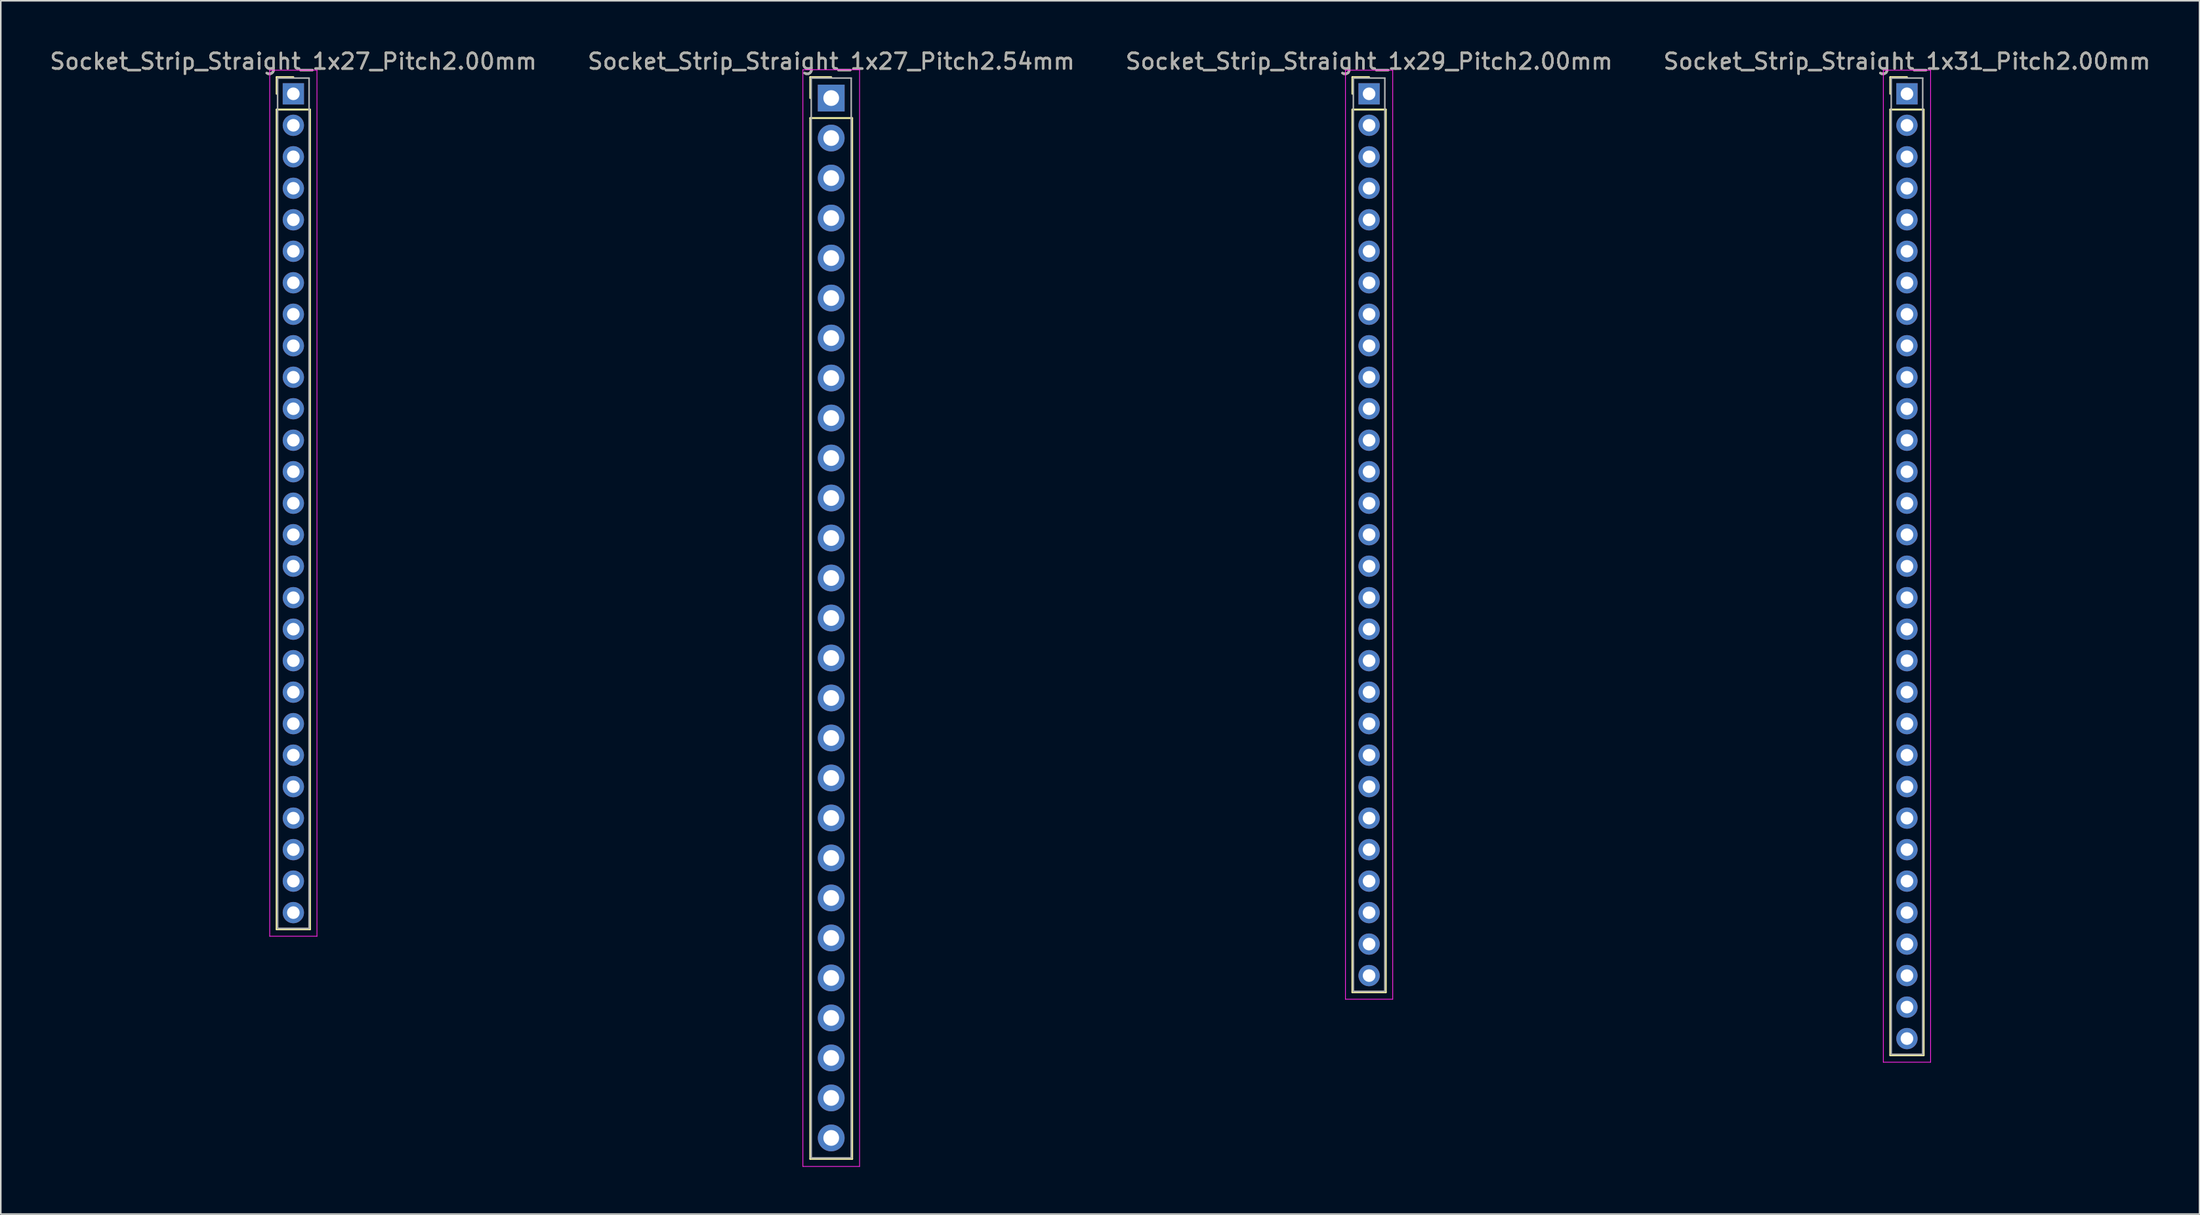
<source format=kicad_pcb>
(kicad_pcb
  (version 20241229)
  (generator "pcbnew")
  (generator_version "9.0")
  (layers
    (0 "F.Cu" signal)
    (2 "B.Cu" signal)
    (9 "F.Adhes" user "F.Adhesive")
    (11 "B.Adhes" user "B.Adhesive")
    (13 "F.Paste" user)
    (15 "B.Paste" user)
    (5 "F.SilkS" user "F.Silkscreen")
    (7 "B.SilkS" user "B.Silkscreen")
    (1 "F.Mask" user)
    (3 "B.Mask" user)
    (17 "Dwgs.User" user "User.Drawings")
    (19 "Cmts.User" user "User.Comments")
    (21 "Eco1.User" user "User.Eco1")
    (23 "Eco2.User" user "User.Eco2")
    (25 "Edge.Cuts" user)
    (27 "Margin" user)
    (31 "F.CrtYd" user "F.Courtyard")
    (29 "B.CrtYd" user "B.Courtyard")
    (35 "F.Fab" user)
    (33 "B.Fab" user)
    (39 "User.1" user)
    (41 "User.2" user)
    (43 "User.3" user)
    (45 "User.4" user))
  (footprint "Socket_Strip_Straight_1x27_Pitch2.00mm"
    (layer "F.Cu")
    (at 15.577 2.908)
    (property "Reference" "Socket_Strip_Straight_1x27_Pitch2.00mm" (at 0 -2.06 0) (layer "F.SilkS") (effects (font (size 1 1) (thickness 0.15))))
    (attr through_hole)
    (fp_line (start -1.06 -1.06) (end 0 -1.06) (stroke (width 0.12) (type solid)) (layer "F.SilkS"))
    (fp_line (start -1.06 0) (end -1.06 -1.06) (stroke (width 0.12) (type solid)) (layer "F.SilkS"))
    (fp_line (start -1.06 1) (end -1.06 53.06) (stroke (width 0.12) (type solid)) (layer "F.SilkS"))
    (fp_line (start -1.06 53.06) (end 1.06 53.06) (stroke (width 0.12) (type solid)) (layer "F.SilkS"))
    (fp_line (start 1.06 1) (end -1.06 1) (stroke (width 0.12) (type solid)) (layer "F.SilkS"))
    (fp_line (start 1.06 53.06) (end 1.06 1) (stroke (width 0.12) (type solid)) (layer "F.SilkS"))
    (fp_line (start -1.5 -1.5) (end -1.5 53.5) (stroke (width 0.05) (type solid)) (layer "F.CrtYd"))
    (fp_line (start -1.5 53.5) (end 1.5 53.5) (stroke (width 0.05) (type solid)) (layer "F.CrtYd"))
    (fp_line (start 1.5 -1.5) (end -1.5 -1.5) (stroke (width 0.05) (type solid)) (layer "F.CrtYd"))
    (fp_line (start 1.5 53.5) (end 1.5 -1.5) (stroke (width 0.05) (type solid)) (layer "F.CrtYd"))
    (fp_line (start -1 -1) (end -1 53) (stroke (width 0.1) (type solid)) (layer "F.Fab"))
    (fp_line (start -1 53) (end 1 53) (stroke (width 0.1) (type solid)) (layer "F.Fab"))
    (fp_line (start 1 -1) (end -1 -1) (stroke (width 0.1) (type solid)) (layer "F.Fab"))
    (fp_line (start 1 53) (end 1 -1) (stroke (width 0.1) (type solid)) (layer "F.Fab"))
    (fp_text user "${REFERENCE}" (at 0 -2.06 0) (layer "F.Fab") (effects (font (size 1 1) (thickness 0.15))))
    (pad "1" thru_hole rect (at 0 0) (size 1.35 1.35) (drill 0.8) (layers "*.Cu" "*.Mask"))
    (pad "2" thru_hole oval (at 0 2) (size 1.35 1.35) (drill 0.8) (layers "*.Cu" "*.Mask"))
    (pad "3" thru_hole oval (at 0 4) (size 1.35 1.35) (drill 0.8) (layers "*.Cu" "*.Mask"))
    (pad "4" thru_hole oval (at 0 6) (size 1.35 1.35) (drill 0.8) (layers "*.Cu" "*.Mask"))
    (pad "5" thru_hole oval (at 0 8) (size 1.35 1.35) (drill 0.8) (layers "*.Cu" "*.Mask"))
    (pad "6" thru_hole oval (at 0 10) (size 1.35 1.35) (drill 0.8) (layers "*.Cu" "*.Mask"))
    (pad "7" thru_hole oval (at 0 12) (size 1.35 1.35) (drill 0.8) (layers "*.Cu" "*.Mask"))
    (pad "8" thru_hole oval (at 0 14) (size 1.35 1.35) (drill 0.8) (layers "*.Cu" "*.Mask"))
    (pad "9" thru_hole oval (at 0 16) (size 1.35 1.35) (drill 0.8) (layers "*.Cu" "*.Mask"))
    (pad "10" thru_hole oval (at 0 18) (size 1.35 1.35) (drill 0.8) (layers "*.Cu" "*.Mask"))
    (pad "11" thru_hole oval (at 0 20) (size 1.35 1.35) (drill 0.8) (layers "*.Cu" "*.Mask"))
    (pad "12" thru_hole oval (at 0 22) (size 1.35 1.35) (drill 0.8) (layers "*.Cu" "*.Mask"))
    (pad "13" thru_hole oval (at 0 24) (size 1.35 1.35) (drill 0.8) (layers "*.Cu" "*.Mask"))
    (pad "14" thru_hole oval (at 0 26) (size 1.35 1.35) (drill 0.8) (layers "*.Cu" "*.Mask"))
    (pad "15" thru_hole oval (at 0 28) (size 1.35 1.35) (drill 0.8) (layers "*.Cu" "*.Mask"))
    (pad "16" thru_hole oval (at 0 30) (size 1.35 1.35) (drill 0.8) (layers "*.Cu" "*.Mask"))
    (pad "17" thru_hole oval (at 0 32) (size 1.35 1.35) (drill 0.8) (layers "*.Cu" "*.Mask"))
    (pad "18" thru_hole oval (at 0 34) (size 1.35 1.35) (drill 0.8) (layers "*.Cu" "*.Mask"))
    (pad "19" thru_hole oval (at 0 36) (size 1.35 1.35) (drill 0.8) (layers "*.Cu" "*.Mask"))
    (pad "20" thru_hole oval (at 0 38) (size 1.35 1.35) (drill 0.8) (layers "*.Cu" "*.Mask"))
    (pad "21" thru_hole oval (at 0 40) (size 1.35 1.35) (drill 0.8) (layers "*.Cu" "*.Mask"))
    (pad "22" thru_hole oval (at 0 42) (size 1.35 1.35) (drill 0.8) (layers "*.Cu" "*.Mask"))
    (pad "23" thru_hole oval (at 0 44) (size 1.35 1.35) (drill 0.8) (layers "*.Cu" "*.Mask"))
    (pad "24" thru_hole oval (at 0 46) (size 1.35 1.35) (drill 0.8) (layers "*.Cu" "*.Mask"))
    (pad "25" thru_hole oval (at 0 48) (size 1.35 1.35) (drill 0.8) (layers "*.Cu" "*.Mask"))
    (pad "26" thru_hole oval (at 0 50) (size 1.35 1.35) (drill 0.8) (layers "*.Cu" "*.Mask"))
    (pad "27" thru_hole oval (at 0 52) (size 1.35 1.35) (drill 0.8) (layers "*.Cu" "*.Mask")))
  (footprint "Socket_Strip_Straight_1x31_Pitch2.00mm"
    (layer "F.Cu")
    (at 118.042 2.908)
    (property "Reference" "Socket_Strip_Straight_1x31_Pitch2.00mm" (at 0 -2.06 0) (layer "F.SilkS") (effects (font (size 1 1) (thickness 0.15))))
    (attr through_hole)
    (fp_line (start -1.06 -1.06) (end 0 -1.06) (stroke (width 0.12) (type solid)) (layer "F.SilkS"))
    (fp_line (start -1.06 0) (end -1.06 -1.06) (stroke (width 0.12) (type solid)) (layer "F.SilkS"))
    (fp_line (start -1.06 1) (end -1.06 61.06) (stroke (width 0.12) (type solid)) (layer "F.SilkS"))
    (fp_line (start -1.06 61.06) (end 1.06 61.06) (stroke (width 0.12) (type solid)) (layer "F.SilkS"))
    (fp_line (start 1.06 1) (end -1.06 1) (stroke (width 0.12) (type solid)) (layer "F.SilkS"))
    (fp_line (start 1.06 61.06) (end 1.06 1) (stroke (width 0.12) (type solid)) (layer "F.SilkS"))
    (fp_line (start -1.5 -1.5) (end -1.5 61.5) (stroke (width 0.05) (type solid)) (layer "F.CrtYd"))
    (fp_line (start -1.5 61.5) (end 1.5 61.5) (stroke (width 0.05) (type solid)) (layer "F.CrtYd"))
    (fp_line (start 1.5 -1.5) (end -1.5 -1.5) (stroke (width 0.05) (type solid)) (layer "F.CrtYd"))
    (fp_line (start 1.5 61.5) (end 1.5 -1.5) (stroke (width 0.05) (type solid)) (layer "F.CrtYd"))
    (fp_line (start -1 -1) (end -1 61) (stroke (width 0.1) (type solid)) (layer "F.Fab"))
    (fp_line (start -1 61) (end 1 61) (stroke (width 0.1) (type solid)) (layer "F.Fab"))
    (fp_line (start 1 -1) (end -1 -1) (stroke (width 0.1) (type solid)) (layer "F.Fab"))
    (fp_line (start 1 61) (end 1 -1) (stroke (width 0.1) (type solid)) (layer "F.Fab"))
    (fp_text user "${REFERENCE}" (at 0 -2.06 0) (layer "F.Fab") (effects (font (size 1 1) (thickness 0.15))))
    (pad "1" thru_hole rect (at 0 0) (size 1.35 1.35) (drill 0.8) (layers "*.Cu" "*.Mask"))
    (pad "2" thru_hole oval (at 0 2) (size 1.35 1.35) (drill 0.8) (layers "*.Cu" "*.Mask"))
    (pad "3" thru_hole oval (at 0 4) (size 1.35 1.35) (drill 0.8) (layers "*.Cu" "*.Mask"))
    (pad "4" thru_hole oval (at 0 6) (size 1.35 1.35) (drill 0.8) (layers "*.Cu" "*.Mask"))
    (pad "5" thru_hole oval (at 0 8) (size 1.35 1.35) (drill 0.8) (layers "*.Cu" "*.Mask"))
    (pad "6" thru_hole oval (at 0 10) (size 1.35 1.35) (drill 0.8) (layers "*.Cu" "*.Mask"))
    (pad "7" thru_hole oval (at 0 12) (size 1.35 1.35) (drill 0.8) (layers "*.Cu" "*.Mask"))
    (pad "8" thru_hole oval (at 0 14) (size 1.35 1.35) (drill 0.8) (layers "*.Cu" "*.Mask"))
    (pad "9" thru_hole oval (at 0 16) (size 1.35 1.35) (drill 0.8) (layers "*.Cu" "*.Mask"))
    (pad "10" thru_hole oval (at 0 18) (size 1.35 1.35) (drill 0.8) (layers "*.Cu" "*.Mask"))
    (pad "11" thru_hole oval (at 0 20) (size 1.35 1.35) (drill 0.8) (layers "*.Cu" "*.Mask"))
    (pad "12" thru_hole oval (at 0 22) (size 1.35 1.35) (drill 0.8) (layers "*.Cu" "*.Mask"))
    (pad "13" thru_hole oval (at 0 24) (size 1.35 1.35) (drill 0.8) (layers "*.Cu" "*.Mask"))
    (pad "14" thru_hole oval (at 0 26) (size 1.35 1.35) (drill 0.8) (layers "*.Cu" "*.Mask"))
    (pad "15" thru_hole oval (at 0 28) (size 1.35 1.35) (drill 0.8) (layers "*.Cu" "*.Mask"))
    (pad "16" thru_hole oval (at 0 30) (size 1.35 1.35) (drill 0.8) (layers "*.Cu" "*.Mask"))
    (pad "17" thru_hole oval (at 0 32) (size 1.35 1.35) (drill 0.8) (layers "*.Cu" "*.Mask"))
    (pad "18" thru_hole oval (at 0 34) (size 1.35 1.35) (drill 0.8) (layers "*.Cu" "*.Mask"))
    (pad "19" thru_hole oval (at 0 36) (size 1.35 1.35) (drill 0.8) (layers "*.Cu" "*.Mask"))
    (pad "20" thru_hole oval (at 0 38) (size 1.35 1.35) (drill 0.8) (layers "*.Cu" "*.Mask"))
    (pad "21" thru_hole oval (at 0 40) (size 1.35 1.35) (drill 0.8) (layers "*.Cu" "*.Mask"))
    (pad "22" thru_hole oval (at 0 42) (size 1.35 1.35) (drill 0.8) (layers "*.Cu" "*.Mask"))
    (pad "23" thru_hole oval (at 0 44) (size 1.35 1.35) (drill 0.8) (layers "*.Cu" "*.Mask"))
    (pad "24" thru_hole oval (at 0 46) (size 1.35 1.35) (drill 0.8) (layers "*.Cu" "*.Mask"))
    (pad "25" thru_hole oval (at 0 48) (size 1.35 1.35) (drill 0.8) (layers "*.Cu" "*.Mask"))
    (pad "26" thru_hole oval (at 0 50) (size 1.35 1.35) (drill 0.8) (layers "*.Cu" "*.Mask"))
    (pad "27" thru_hole oval (at 0 52) (size 1.35 1.35) (drill 0.8) (layers "*.Cu" "*.Mask"))
    (pad "28" thru_hole oval (at 0 54) (size 1.35 1.35) (drill 0.8) (layers "*.Cu" "*.Mask"))
    (pad "29" thru_hole oval (at 0 56) (size 1.35 1.35) (drill 0.8) (layers "*.Cu" "*.Mask"))
    (pad "30" thru_hole oval (at 0 58) (size 1.35 1.35) (drill 0.8) (layers "*.Cu" "*.Mask"))
    (pad "31" thru_hole oval (at 0 60) (size 1.35 1.35) (drill 0.8) (layers "*.Cu" "*.Mask")))
  (footprint "Socket_Strip_Straight_1x29_Pitch2.00mm"
    (layer "F.Cu")
    (at 83.887 2.908)
    (property "Reference" "Socket_Strip_Straight_1x29_Pitch2.00mm" (at 0 -2.06 0) (layer "F.SilkS") (effects (font (size 1 1) (thickness 0.15))))
    (attr through_hole)
    (fp_line (start -1.06 -1.06) (end 0 -1.06) (stroke (width 0.12) (type solid)) (layer "F.SilkS"))
    (fp_line (start -1.06 0) (end -1.06 -1.06) (stroke (width 0.12) (type solid)) (layer "F.SilkS"))
    (fp_line (start -1.06 1) (end -1.06 57.06) (stroke (width 0.12) (type solid)) (layer "F.SilkS"))
    (fp_line (start -1.06 57.06) (end 1.06 57.06) (stroke (width 0.12) (type solid)) (layer "F.SilkS"))
    (fp_line (start 1.06 1) (end -1.06 1) (stroke (width 0.12) (type solid)) (layer "F.SilkS"))
    (fp_line (start 1.06 57.06) (end 1.06 1) (stroke (width 0.12) (type solid)) (layer "F.SilkS"))
    (fp_line (start -1.5 -1.5) (end -1.5 57.5) (stroke (width 0.05) (type solid)) (layer "F.CrtYd"))
    (fp_line (start -1.5 57.5) (end 1.5 57.5) (stroke (width 0.05) (type solid)) (layer "F.CrtYd"))
    (fp_line (start 1.5 -1.5) (end -1.5 -1.5) (stroke (width 0.05) (type solid)) (layer "F.CrtYd"))
    (fp_line (start 1.5 57.5) (end 1.5 -1.5) (stroke (width 0.05) (type solid)) (layer "F.CrtYd"))
    (fp_line (start -1 -1) (end -1 57) (stroke (width 0.1) (type solid)) (layer "F.Fab"))
    (fp_line (start -1 57) (end 1 57) (stroke (width 0.1) (type solid)) (layer "F.Fab"))
    (fp_line (start 1 -1) (end -1 -1) (stroke (width 0.1) (type solid)) (layer "F.Fab"))
    (fp_line (start 1 57) (end 1 -1) (stroke (width 0.1) (type solid)) (layer "F.Fab"))
    (fp_text user "${REFERENCE}" (at 0 -2.06 0) (layer "F.Fab") (effects (font (size 1 1) (thickness 0.15))))
    (pad "1" thru_hole rect (at 0 0) (size 1.35 1.35) (drill 0.8) (layers "*.Cu" "*.Mask"))
    (pad "2" thru_hole oval (at 0 2) (size 1.35 1.35) (drill 0.8) (layers "*.Cu" "*.Mask"))
    (pad "3" thru_hole oval (at 0 4) (size 1.35 1.35) (drill 0.8) (layers "*.Cu" "*.Mask"))
    (pad "4" thru_hole oval (at 0 6) (size 1.35 1.35) (drill 0.8) (layers "*.Cu" "*.Mask"))
    (pad "5" thru_hole oval (at 0 8) (size 1.35 1.35) (drill 0.8) (layers "*.Cu" "*.Mask"))
    (pad "6" thru_hole oval (at 0 10) (size 1.35 1.35) (drill 0.8) (layers "*.Cu" "*.Mask"))
    (pad "7" thru_hole oval (at 0 12) (size 1.35 1.35) (drill 0.8) (layers "*.Cu" "*.Mask"))
    (pad "8" thru_hole oval (at 0 14) (size 1.35 1.35) (drill 0.8) (layers "*.Cu" "*.Mask"))
    (pad "9" thru_hole oval (at 0 16) (size 1.35 1.35) (drill 0.8) (layers "*.Cu" "*.Mask"))
    (pad "10" thru_hole oval (at 0 18) (size 1.35 1.35) (drill 0.8) (layers "*.Cu" "*.Mask"))
    (pad "11" thru_hole oval (at 0 20) (size 1.35 1.35) (drill 0.8) (layers "*.Cu" "*.Mask"))
    (pad "12" thru_hole oval (at 0 22) (size 1.35 1.35) (drill 0.8) (layers "*.Cu" "*.Mask"))
    (pad "13" thru_hole oval (at 0 24) (size 1.35 1.35) (drill 0.8) (layers "*.Cu" "*.Mask"))
    (pad "14" thru_hole oval (at 0 26) (size 1.35 1.35) (drill 0.8) (layers "*.Cu" "*.Mask"))
    (pad "15" thru_hole oval (at 0 28) (size 1.35 1.35) (drill 0.8) (layers "*.Cu" "*.Mask"))
    (pad "16" thru_hole oval (at 0 30) (size 1.35 1.35) (drill 0.8) (layers "*.Cu" "*.Mask"))
    (pad "17" thru_hole oval (at 0 32) (size 1.35 1.35) (drill 0.8) (layers "*.Cu" "*.Mask"))
    (pad "18" thru_hole oval (at 0 34) (size 1.35 1.35) (drill 0.8) (layers "*.Cu" "*.Mask"))
    (pad "19" thru_hole oval (at 0 36) (size 1.35 1.35) (drill 0.8) (layers "*.Cu" "*.Mask"))
    (pad "20" thru_hole oval (at 0 38) (size 1.35 1.35) (drill 0.8) (layers "*.Cu" "*.Mask"))
    (pad "21" thru_hole oval (at 0 40) (size 1.35 1.35) (drill 0.8) (layers "*.Cu" "*.Mask"))
    (pad "22" thru_hole oval (at 0 42) (size 1.35 1.35) (drill 0.8) (layers "*.Cu" "*.Mask"))
    (pad "23" thru_hole oval (at 0 44) (size 1.35 1.35) (drill 0.8) (layers "*.Cu" "*.Mask"))
    (pad "24" thru_hole oval (at 0 46) (size 1.35 1.35) (drill 0.8) (layers "*.Cu" "*.Mask"))
    (pad "25" thru_hole oval (at 0 48) (size 1.35 1.35) (drill 0.8) (layers "*.Cu" "*.Mask"))
    (pad "26" thru_hole oval (at 0 50) (size 1.35 1.35) (drill 0.8) (layers "*.Cu" "*.Mask"))
    (pad "27" thru_hole oval (at 0 52) (size 1.35 1.35) (drill 0.8) (layers "*.Cu" "*.Mask"))
    (pad "28" thru_hole oval (at 0 54) (size 1.35 1.35) (drill 0.8) (layers "*.Cu" "*.Mask"))
    (pad "29" thru_hole oval (at 0 56) (size 1.35 1.35) (drill 0.8) (layers "*.Cu" "*.Mask")))
  (footprint "Socket_Strip_Straight_1x27_Pitch2.54mm"
    (layer "F.Cu")
    (at 49.732 3.178)
    (property "Reference" "Socket_Strip_Straight_1x27_Pitch2.54mm" (at 0 -2.33 0) (layer "F.SilkS") (effects (font (size 1 1) (thickness 0.15))))
    (attr through_hole)
    (fp_line (start -1.33 -1.33) (end 0 -1.33) (stroke (width 0.12) (type solid)) (layer "F.SilkS"))
    (fp_line (start -1.33 0) (end -1.33 -1.33) (stroke (width 0.12) (type solid)) (layer "F.SilkS"))
    (fp_line (start -1.33 1.27) (end -1.33 67.37) (stroke (width 0.12) (type solid)) (layer "F.SilkS"))
    (fp_line (start -1.33 67.37) (end 1.33 67.37) (stroke (width 0.12) (type solid)) (layer "F.SilkS"))
    (fp_line (start 1.33 1.27) (end -1.33 1.27) (stroke (width 0.12) (type solid)) (layer "F.SilkS"))
    (fp_line (start 1.33 67.37) (end 1.33 1.27) (stroke (width 0.12) (type solid)) (layer "F.SilkS"))
    (fp_line (start -1.8 -1.8) (end -1.8 67.85) (stroke (width 0.05) (type solid)) (layer "F.CrtYd"))
    (fp_line (start -1.8 67.85) (end 1.8 67.85) (stroke (width 0.05) (type solid)) (layer "F.CrtYd"))
    (fp_line (start 1.8 -1.8) (end -1.8 -1.8) (stroke (width 0.05) (type solid)) (layer "F.CrtYd"))
    (fp_line (start 1.8 67.85) (end 1.8 -1.8) (stroke (width 0.05) (type solid)) (layer "F.CrtYd"))
    (fp_line (start -1.27 -1.27) (end -1.27 67.31) (stroke (width 0.1) (type solid)) (layer "F.Fab"))
    (fp_line (start -1.27 67.31) (end 1.27 67.31) (stroke (width 0.1) (type solid)) (layer "F.Fab"))
    (fp_line (start 1.27 -1.27) (end -1.27 -1.27) (stroke (width 0.1) (type solid)) (layer "F.Fab"))
    (fp_line (start 1.27 67.31) (end 1.27 -1.27) (stroke (width 0.1) (type solid)) (layer "F.Fab"))
    (fp_text user "${REFERENCE}" (at 0 -2.33 0) (layer "F.Fab") (effects (font (size 1 1) (thickness 0.15))))
    (pad "1" thru_hole rect (at 0 0) (size 1.7 1.7) (drill 1) (layers "*.Cu" "*.Mask"))
    (pad "2" thru_hole oval (at 0 2.54) (size 1.7 1.7) (drill 1) (layers "*.Cu" "*.Mask"))
    (pad "3" thru_hole oval (at 0 5.08) (size 1.7 1.7) (drill 1) (layers "*.Cu" "*.Mask"))
    (pad "4" thru_hole oval (at 0 7.62) (size 1.7 1.7) (drill 1) (layers "*.Cu" "*.Mask"))
    (pad "5" thru_hole oval (at 0 10.16) (size 1.7 1.7) (drill 1) (layers "*.Cu" "*.Mask"))
    (pad "6" thru_hole oval (at 0 12.7) (size 1.7 1.7) (drill 1) (layers "*.Cu" "*.Mask"))
    (pad "7" thru_hole oval (at 0 15.24) (size 1.7 1.7) (drill 1) (layers "*.Cu" "*.Mask"))
    (pad "8" thru_hole oval (at 0 17.78) (size 1.7 1.7) (drill 1) (layers "*.Cu" "*.Mask"))
    (pad "9" thru_hole oval (at 0 20.32) (size 1.7 1.7) (drill 1) (layers "*.Cu" "*.Mask"))
    (pad "10" thru_hole oval (at 0 22.86) (size 1.7 1.7) (drill 1) (layers "*.Cu" "*.Mask"))
    (pad "11" thru_hole oval (at 0 25.4) (size 1.7 1.7) (drill 1) (layers "*.Cu" "*.Mask"))
    (pad "12" thru_hole oval (at 0 27.94) (size 1.7 1.7) (drill 1) (layers "*.Cu" "*.Mask"))
    (pad "13" thru_hole oval (at 0 30.48) (size 1.7 1.7) (drill 1) (layers "*.Cu" "*.Mask"))
    (pad "14" thru_hole oval (at 0 33.02) (size 1.7 1.7) (drill 1) (layers "*.Cu" "*.Mask"))
    (pad "15" thru_hole oval (at 0 35.56) (size 1.7 1.7) (drill 1) (layers "*.Cu" "*.Mask"))
    (pad "16" thru_hole oval (at 0 38.1) (size 1.7 1.7) (drill 1) (layers "*.Cu" "*.Mask"))
    (pad "17" thru_hole oval (at 0 40.64) (size 1.7 1.7) (drill 1) (layers "*.Cu" "*.Mask"))
    (pad "18" thru_hole oval (at 0 43.18) (size 1.7 1.7) (drill 1) (layers "*.Cu" "*.Mask"))
    (pad "19" thru_hole oval (at 0 45.72) (size 1.7 1.7) (drill 1) (layers "*.Cu" "*.Mask"))
    (pad "20" thru_hole oval (at 0 48.26) (size 1.7 1.7) (drill 1) (layers "*.Cu" "*.Mask"))
    (pad "21" thru_hole oval (at 0 50.8) (size 1.7 1.7) (drill 1) (layers "*.Cu" "*.Mask"))
    (pad "22" thru_hole oval (at 0 53.34) (size 1.7 1.7) (drill 1) (layers "*.Cu" "*.Mask"))
    (pad "23" thru_hole oval (at 0 55.88) (size 1.7 1.7) (drill 1) (layers "*.Cu" "*.Mask"))
    (pad "24" thru_hole oval (at 0 58.42) (size 1.7 1.7) (drill 1) (layers "*.Cu" "*.Mask"))
    (pad "25" thru_hole oval (at 0 60.96) (size 1.7 1.7) (drill 1) (layers "*.Cu" "*.Mask"))
    (pad "26" thru_hole oval (at 0 63.5) (size 1.7 1.7) (drill 1) (layers "*.Cu" "*.Mask"))
    (pad "27" thru_hole oval (at 0 66.04) (size 1.7 1.7) (drill 1) (layers "*.Cu" "*.Mask")))
  (gr_rect
    (start -3 -3)
    (end 136.619 74.053)
    (stroke (width 0.1) (type default))
    (fill no)
    (layer "Edge.Cuts")))
</source>
